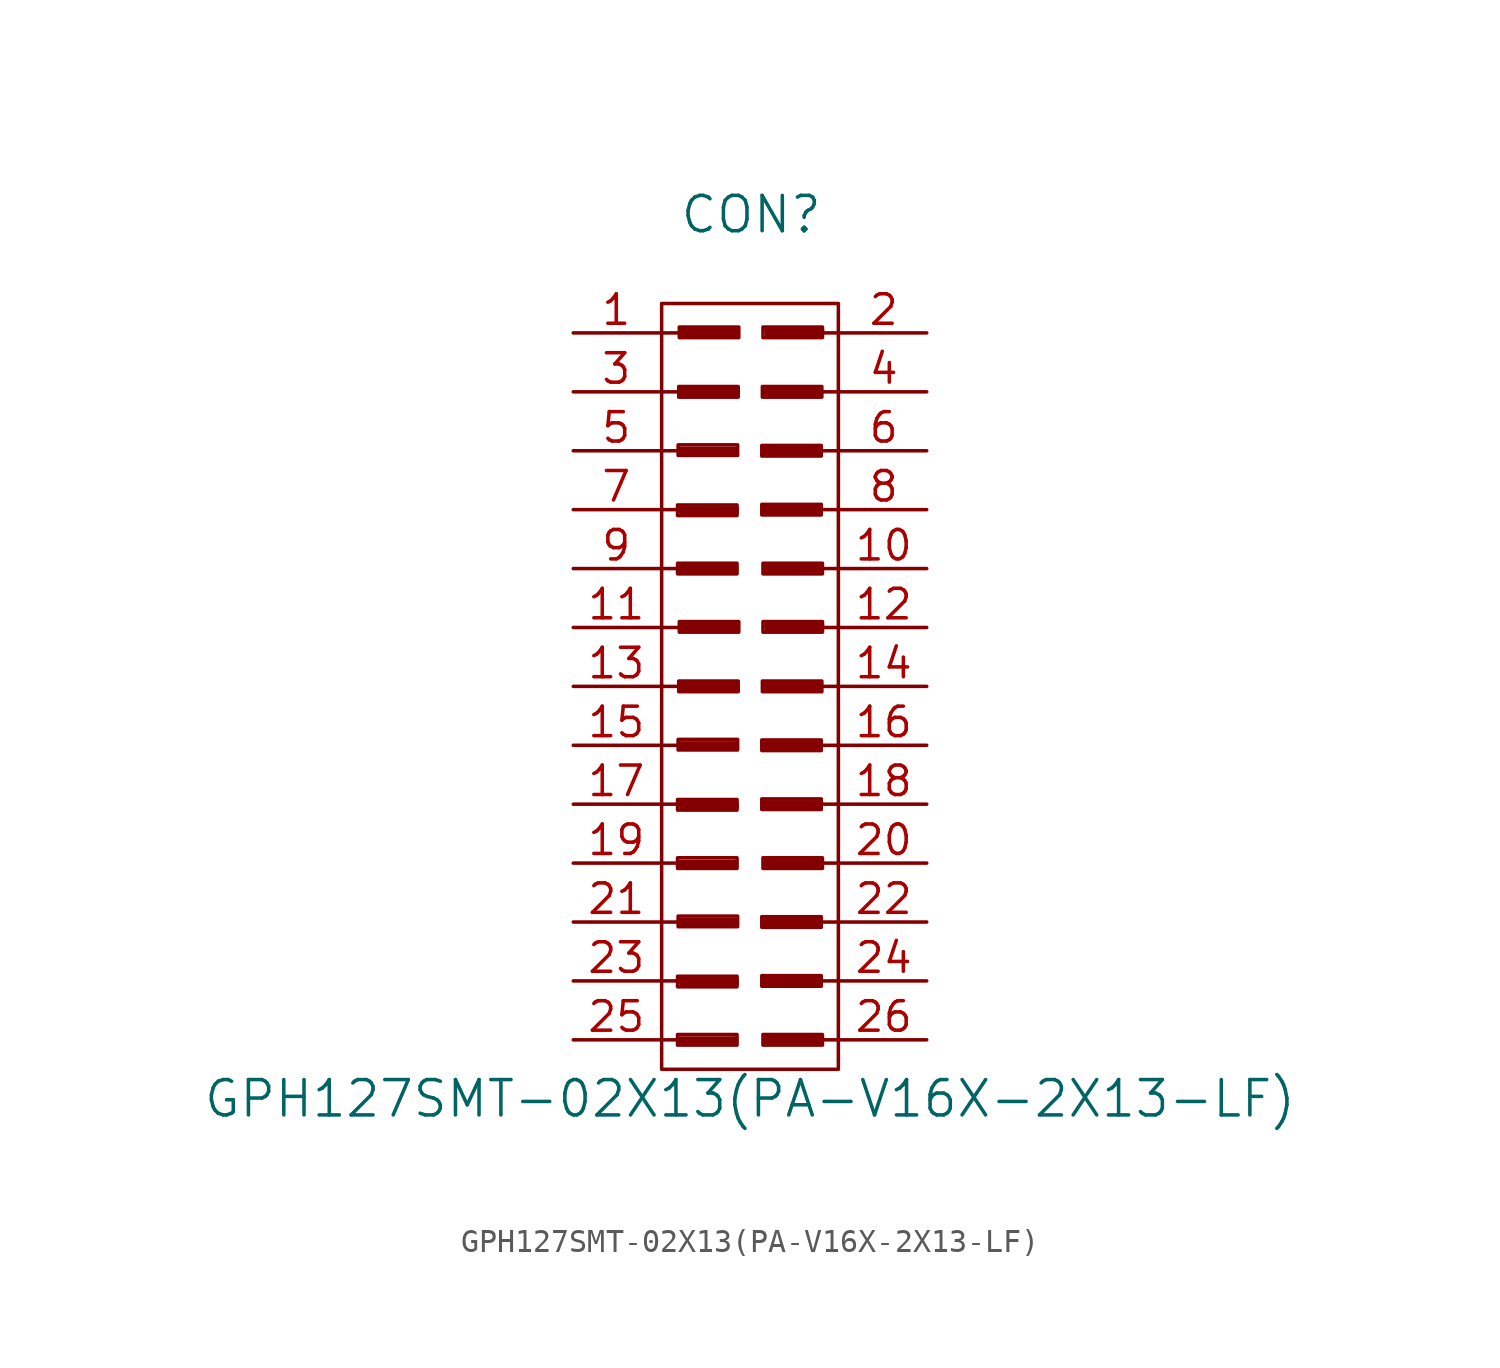
<source format=kicad_sym>
(kicad_symbol_lib
  (version 20220914)
  (generator kicad_symbol_editor)
  (symbol "GPH127SMT-02X13(PA-V16X-2X13-LF)"
    (pin_names
      (offset 1.016) hide)
    (property "Reference" "CON"
      (at 0.051 20.345 0)
      (effects (font (size 1.524 1.524))))
    (property "Value" "GPH127SMT-02X13(PA-V16X-2X13-LF)"
      (at 0 -17.78 0)
      (effects (font (size 1.524 1.524))))
    (property "Footprint" ""
      (at -0.203 8.966 0)
      (effects (font (size 1.524 1.524))))
    (property "Datasheet" ""
      (at -0.203 8.966 0)
      (effects (font (size 1.524 1.524))))
    (symbol "GPH127SMT-02X13(PA-V16X-2X13-LF)_0_0"
      (rectangle (start -3.124 -15.011) (end -0.559 -15.469) (stroke (width 0) (type solid)) (fill (type none)))
      (rectangle (start -3.124 -12.497) (end -0.559 -12.954) (stroke (width 0) (type solid)) (fill (type none)))
      (rectangle (start -3.124 -7.391) (end -0.559 -7.849) (stroke (width 0) (type solid)) (fill (type none)))
      (rectangle (start -3.124 -4.877) (end -0.559 -5.334) (stroke (width 0) (type solid)) (fill (type none)))
      (rectangle (start -3.124 5.309) (end -0.559 4.851) (stroke (width 0) (type solid)) (fill (type none)))
      (rectangle (start -3.124 7.823) (end -0.559 7.366) (stroke (width 0) (type solid)) (fill (type none)))
      (rectangle (start -3.099 -9.906) (end -0.533 -10.363) (stroke (width 0) (type solid)) (fill (type none)))
      (rectangle (start -3.099 -2.286) (end -0.533 -2.743) (stroke (width 0) (type solid)) (fill (type none)))
      (rectangle (start -3.099 10.414) (end -0.533 9.957) (stroke (width 0) (type solid)) (fill (type none)))
      (rectangle (start -3.073 0.229) (end -0.508 -0.229) (stroke (width 0) (type solid)) (fill (type none)))
      (rectangle (start -3.073 12.929) (end -0.508 12.471) (stroke (width 0) (type solid)) (fill (type none)))
      (rectangle (start -3.048 2.794) (end -0.483 2.337) (stroke (width 0) (type solid)) (fill (type none)))
      (rectangle (start -3.048 15.494) (end -0.483 15.037) (stroke (width 0) (type solid)) (fill (type none)))
      (polyline (pts (xy -3.023 -15.164) (xy -0.584 -15.164) (xy -0.584 -15.392) (xy -2.997 -15.418) (xy -3.023 -15.24) (xy -0.711 -15.24) (xy -0.711 -15.316) (xy -2.997 -15.265)) (stroke (width 0) (type solid)) (fill (type none)))
      (polyline (pts (xy -3.023 -10.058) (xy -0.584 -10.058) (xy -0.584 -10.287) (xy -2.997 -10.312) (xy -3.023 -10.135) (xy -0.711 -10.135) (xy -0.711 -10.211) (xy -2.997 -10.16)) (stroke (width 0) (type solid)) (fill (type none)))
      (polyline (pts (xy -3.023 -7.544) (xy -0.584 -7.544) (xy -0.584 -7.772) (xy -2.997 -7.798) (xy -3.023 -7.62) (xy -0.711 -7.62) (xy -0.711 -7.696) (xy -2.997 -7.645)) (stroke (width 0) (type solid)) (fill (type none)))
      (polyline (pts (xy -3.023 -2.438) (xy -0.584 -2.438) (xy -0.584 -2.667) (xy -2.997 -2.692) (xy -3.023 -2.515) (xy -0.711 -2.515) (xy -0.711 -2.591) (xy -2.997 -2.54)) (stroke (width 0) (type solid)) (fill (type none)))
      (polyline (pts (xy -3.023 5.156) (xy -0.584 5.156) (xy -0.584 4.928) (xy -2.997 4.902) (xy -3.023 5.08) (xy -0.711 5.08) (xy -0.711 5.004) (xy -2.997 5.055)) (stroke (width 0) (type solid)) (fill (type none)))
      (polyline (pts (xy -3.023 10.262) (xy -0.584 10.262) (xy -0.584 10.033) (xy -2.997 10.008) (xy -3.023 10.185) (xy -0.711 10.185) (xy -0.711 10.109) (xy -2.997 10.16)) (stroke (width 0) (type solid)) (fill (type none)))
      (polyline (pts (xy -2.997 -12.624) (xy -0.559 -12.624) (xy -0.559 -12.852) (xy -2.972 -12.878) (xy -2.997 -12.7) (xy -0.686 -12.7) (xy -0.686 -12.776) (xy -2.972 -12.725)) (stroke (width 0) (type solid)) (fill (type none)))
      (polyline (pts (xy -2.997 -5.004) (xy -0.559 -5.004) (xy -0.559 -5.232) (xy -2.972 -5.258) (xy -2.997 -5.08) (xy -0.686 -5.08) (xy -0.686 -5.156) (xy -2.972 -5.105)) (stroke (width 0) (type solid)) (fill (type none)))
      (polyline (pts (xy -2.997 7.696) (xy -0.559 7.696) (xy -0.559 7.468) (xy -2.972 7.442) (xy -2.997 7.62) (xy -0.686 7.62) (xy -0.686 7.544) (xy -2.972 7.595)) (stroke (width 0) (type solid)) (fill (type none)))
      (polyline (pts (xy -2.972 0.127) (xy -0.533 0.127) (xy -0.533 -0.102) (xy -2.946 -0.127) (xy -2.972 0.051) (xy -0.66 0.051) (xy -0.66 -0.025) (xy -2.946 0.025)) (stroke (width 0) (type solid)) (fill (type none)))
      (polyline (pts (xy -2.972 12.827) (xy -0.533 12.827) (xy -0.533 12.598) (xy -2.946 12.573) (xy -2.972 12.751) (xy -0.66 12.751) (xy -0.66 12.675) (xy -2.946 12.725)) (stroke (width 0) (type solid)) (fill (type none)))
      (polyline (pts (xy -2.946 2.692) (xy -0.508 2.692) (xy -0.508 2.464) (xy -2.921 2.438) (xy -2.946 2.616) (xy -0.635 2.616) (xy -0.635 2.54) (xy -2.921 2.591)) (stroke (width 0) (type solid)) (fill (type none)))
      (polyline (pts (xy -2.946 15.392) (xy -0.508 15.392) (xy -0.508 15.164) (xy -2.921 15.138) (xy -2.946 15.316) (xy -0.635 15.316) (xy -0.635 15.24) (xy -2.921 15.291)) (stroke (width 0) (type solid)) (fill (type none)))
      (polyline (pts (xy 0.559 -10.058) (xy 2.997 -10.058) (xy 2.997 -10.287) (xy 0.584 -10.312) (xy 0.559 -10.135) (xy 2.87 -10.135) (xy 2.87 -10.211) (xy 0.584 -10.16)) (stroke (width 0) (type solid)) (fill (type none)))
      (polyline (pts (xy 0.559 -2.438) (xy 2.997 -2.438) (xy 2.997 -2.667) (xy 0.584 -2.692) (xy 0.559 -2.515) (xy 2.87 -2.515) (xy 2.87 -2.591) (xy 0.584 -2.54)) (stroke (width 0) (type solid)) (fill (type none)))
      (polyline (pts (xy 0.559 10.262) (xy 2.997 10.262) (xy 2.997 10.033) (xy 0.584 10.008) (xy 0.559 10.185) (xy 2.87 10.185) (xy 2.87 10.109) (xy 0.584 10.16)) (stroke (width 0) (type solid)) (fill (type none)))
      (polyline (pts (xy 0.584 -12.598) (xy 3.023 -12.598) (xy 3.023 -12.827) (xy 0.61 -12.852) (xy 0.584 -12.675) (xy 2.896 -12.675) (xy 2.896 -12.751) (xy 0.61 -12.7)) (stroke (width 0) (type solid)) (fill (type none)))
      (polyline (pts (xy 0.584 -4.978) (xy 3.023 -4.978) (xy 3.023 -5.207) (xy 0.61 -5.232) (xy 0.584 -5.055) (xy 2.896 -5.055) (xy 2.896 -5.131) (xy 0.61 -5.08)) (stroke (width 0) (type solid)) (fill (type none)))
      (polyline (pts (xy 0.584 0.127) (xy 3.023 0.127) (xy 3.023 -0.102) (xy 0.61 -0.127) (xy 0.584 0.051) (xy 2.896 0.051) (xy 2.896 -0.025) (xy 0.61 0.025)) (stroke (width 0) (type solid)) (fill (type none)))
      (polyline (pts (xy 0.584 7.722) (xy 3.023 7.722) (xy 3.023 7.493) (xy 0.61 7.468) (xy 0.584 7.645) (xy 2.896 7.645) (xy 2.896 7.569) (xy 0.61 7.62)) (stroke (width 0) (type solid)) (fill (type none)))
      (polyline (pts (xy 0.584 12.827) (xy 3.023 12.827) (xy 3.023 12.598) (xy 0.61 12.573) (xy 0.584 12.751) (xy 2.896 12.751) (xy 2.896 12.675) (xy 0.61 12.725)) (stroke (width 0) (type solid)) (fill (type none)))
      (polyline (pts (xy 0.635 -15.113) (xy 3.073 -15.113) (xy 3.073 -15.342) (xy 0.66 -15.367) (xy 0.635 -15.189) (xy 2.946 -15.189) (xy 2.946 -15.265) (xy 0.66 -15.215)) (stroke (width 0) (type solid)) (fill (type none)))
      (polyline (pts (xy 0.635 -7.493) (xy 3.073 -7.493) (xy 3.073 -7.722) (xy 0.66 -7.747) (xy 0.635 -7.569) (xy 2.946 -7.569) (xy 2.946 -7.645) (xy 0.66 -7.595)) (stroke (width 0) (type solid)) (fill (type none)))
      (polyline (pts (xy 0.635 5.207) (xy 3.073 5.207) (xy 3.073 4.978) (xy 0.66 4.953) (xy 0.635 5.131) (xy 2.946 5.131) (xy 2.946 5.055) (xy 0.66 5.105)) (stroke (width 0) (type solid)) (fill (type none)))
      (polyline (pts (xy 0.686 2.692) (xy 3.124 2.692) (xy 3.124 2.464) (xy 0.711 2.438) (xy 0.686 2.616) (xy 2.997 2.616) (xy 2.997 2.54) (xy 0.711 2.591)) (stroke (width 0) (type solid)) (fill (type none)))
      (polyline (pts (xy 0.686 15.392) (xy 3.124 15.392) (xy 3.124 15.164) (xy 0.711 15.138) (xy 0.686 15.316) (xy 2.997 15.316) (xy 2.997 15.24) (xy 0.711 15.291)) (stroke (width 0) (type solid)) (fill (type none)))
      (rectangle (start 0.508 -12.471) (end 3.073 -12.929) (stroke (width 0) (type solid)) (fill (type none)))
      (rectangle (start 0.508 -9.931) (end 3.073 -10.389) (stroke (width 0) (type solid)) (fill (type none)))
      (rectangle (start 0.508 -4.851) (end 3.073 -5.309) (stroke (width 0) (type solid)) (fill (type none)))
      (rectangle (start 0.508 -2.311) (end 3.073 -2.769) (stroke (width 0) (type solid)) (fill (type none)))
      (rectangle (start 0.508 7.849) (end 3.073 7.391) (stroke (width 0) (type solid)) (fill (type none)))
      (rectangle (start 0.508 10.389) (end 3.073 9.931) (stroke (width 0) (type solid)) (fill (type none)))
      (rectangle (start 0.533 0.229) (end 3.099 -0.229) (stroke (width 0) (type solid)) (fill (type none)))
      (rectangle (start 0.533 12.929) (end 3.099 12.471) (stroke (width 0) (type solid)) (fill (type none)))
      (rectangle (start 0.559 -15.011) (end 3.124 -15.469) (stroke (width 0) (type solid)) (fill (type none)))
      (rectangle (start 0.559 -7.391) (end 3.124 -7.849) (stroke (width 0) (type solid)) (fill (type none)))
      (rectangle (start 0.559 2.794) (end 3.124 2.337) (stroke (width 0) (type solid)) (fill (type none)))
      (rectangle (start 0.559 5.309) (end 3.124 4.851) (stroke (width 0) (type solid)) (fill (type none)))
      (rectangle (start 0.559 15.494) (end 3.124 15.037) (stroke (width 0) (type solid)) (fill (type none))))
    (symbol "GPH127SMT-02X13(PA-V16X-2X13-LF)_0_1"
      (rectangle (start -3.81 16.51) (end 3.81 -16.51) (stroke (width 0) (type solid)) (fill (type none)))
      (polyline (pts (xy -3.81 -15.24) (xy -3.048 -15.24)) (stroke (width 0) (type solid)) (fill (type none)))
      (polyline (pts (xy -3.81 -12.7) (xy -3.048 -12.7)) (stroke (width 0) (type solid)) (fill (type none)))
      (polyline (pts (xy -3.81 -10.16) (xy -3.048 -10.16)) (stroke (width 0) (type solid)) (fill (type none)))
      (polyline (pts (xy -3.81 -7.62) (xy -3.048 -7.62)) (stroke (width 0) (type solid)) (fill (type none)))
      (polyline (pts (xy -3.81 -5.08) (xy -3.048 -5.08)) (stroke (width 0) (type solid)) (fill (type none)))
      (polyline (pts (xy -3.81 -2.54) (xy -3.048 -2.54)) (stroke (width 0) (type solid)) (fill (type none)))
      (polyline (pts (xy -3.81 0) (xy -3.048 0)) (stroke (width 0) (type solid)) (fill (type none)))
      (polyline (pts (xy -3.81 2.54) (xy -3.048 2.54)) (stroke (width 0) (type solid)) (fill (type none)))
      (polyline (pts (xy -3.81 5.08) (xy -3.048 5.08)) (stroke (width 0) (type solid)) (fill (type none)))
      (polyline (pts (xy -3.81 7.62) (xy -3.048 7.62)) (stroke (width 0) (type solid)) (fill (type none)))
      (polyline (pts (xy -3.81 10.16) (xy -3.048 10.16)) (stroke (width 0) (type solid)) (fill (type none)))
      (polyline (pts (xy -3.81 12.7) (xy -3.048 12.7)) (stroke (width 0) (type solid)) (fill (type none)))
      (polyline (pts (xy -3.81 15.24) (xy -3.048 15.24)) (stroke (width 0) (type solid)) (fill (type none)))
      (polyline (pts (xy 3.81 -15.24) (xy 3.048 -15.24)) (stroke (width 0) (type solid)) (fill (type none)))
      (polyline (pts (xy 3.81 -12.7) (xy 3.048 -12.7)) (stroke (width 0) (type solid)) (fill (type none)))
      (polyline (pts (xy 3.81 -10.16) (xy 3.048 -10.16)) (stroke (width 0) (type solid)) (fill (type none)))
      (polyline (pts (xy 3.81 -7.62) (xy 3.048 -7.62)) (stroke (width 0) (type solid)) (fill (type none)))
      (polyline (pts (xy 3.81 -5.08) (xy 3.048 -5.08)) (stroke (width 0) (type solid)) (fill (type none)))
      (polyline (pts (xy 3.81 -2.54) (xy 3.048 -2.54)) (stroke (width 0) (type solid)) (fill (type none)))
      (polyline (pts (xy 3.81 0) (xy 3.048 0)) (stroke (width 0) (type solid)) (fill (type none)))
      (polyline (pts (xy 3.81 2.54) (xy 3.048 2.54)) (stroke (width 0) (type solid)) (fill (type none)))
      (polyline (pts (xy 3.81 5.08) (xy 3.048 5.08)) (stroke (width 0) (type solid)) (fill (type none)))
      (polyline (pts (xy 3.81 7.62) (xy 3.048 7.62)) (stroke (width 0) (type solid)) (fill (type none)))
      (polyline (pts (xy 3.81 10.16) (xy 3.048 10.16)) (stroke (width 0) (type solid)) (fill (type none)))
      (polyline (pts (xy 3.81 12.7) (xy 3.048 12.7)) (stroke (width 0) (type solid)) (fill (type none)))
      (polyline (pts (xy 3.81 15.24) (xy 3.048 15.24)) (stroke (width 0) (type solid)) (fill (type none))))
    (symbol "GPH127SMT-02X13(PA-V16X-2X13-LF)_1_1"
      (pin passive line (at -7.62 15.24 0) (length 3.708) (name "1" (effects (font (size 1.27 1.27)))) (number "1" (effects (font (size 1.27 1.27)))))
      (pin passive line (at 7.62 5.08 180) (length 3.708) (name "10" (effects (font (size 1.27 1.27)))) (number "10" (effects (font (size 1.27 1.27)))))
      (pin passive line (at -7.62 2.54 0) (length 3.708) (name "11" (effects (font (size 1.27 1.27)))) (number "11" (effects (font (size 1.27 1.27)))))
      (pin passive line (at 7.62 2.54 180) (length 3.708) (name "12" (effects (font (size 1.27 1.27)))) (number "12" (effects (font (size 1.27 1.27)))))
      (pin passive line (at -7.62 0 0) (length 3.708) (name "13" (effects (font (size 1.27 1.27)))) (number "13" (effects (font (size 1.27 1.27)))))
      (pin passive line (at 7.62 0 180) (length 3.708) (name "14" (effects (font (size 1.27 1.27)))) (number "14" (effects (font (size 1.27 1.27)))))
      (pin passive line (at -7.62 -2.54 0) (length 3.708) (name "15" (effects (font (size 1.27 1.27)))) (number "15" (effects (font (size 1.27 1.27)))))
      (pin passive line (at 7.62 -2.54 180) (length 3.708) (name "16" (effects (font (size 1.27 1.27)))) (number "16" (effects (font (size 1.27 1.27)))))
      (pin passive line (at -7.62 -5.08 0) (length 3.708) (name "17" (effects (font (size 1.27 1.27)))) (number "17" (effects (font (size 1.27 1.27)))))
      (pin passive line (at 7.62 -5.08 180) (length 3.708) (name "18" (effects (font (size 1.27 1.27)))) (number "18" (effects (font (size 1.27 1.27)))))
      (pin passive line (at -7.62 -7.62 0) (length 3.708) (name "19" (effects (font (size 1.27 1.27)))) (number "19" (effects (font (size 1.27 1.27)))))
      (pin passive line (at 7.62 15.24 180) (length 3.708) (name "2" (effects (font (size 1.27 1.27)))) (number "2" (effects (font (size 1.27 1.27)))))
      (pin passive line (at 7.62 -7.62 180) (length 3.708) (name "20" (effects (font (size 1.27 1.27)))) (number "20" (effects (font (size 1.27 1.27)))))
      (pin passive line (at -7.62 -10.16 0) (length 3.708) (name "21" (effects (font (size 1.27 1.27)))) (number "21" (effects (font (size 1.27 1.27)))))
      (pin passive line (at 7.62 -10.16 180) (length 3.708) (name "22" (effects (font (size 1.27 1.27)))) (number "22" (effects (font (size 1.27 1.27)))))
      (pin passive line (at -7.62 -12.7 0) (length 3.708) (name "23" (effects (font (size 1.27 1.27)))) (number "23" (effects (font (size 1.27 1.27)))))
      (pin passive line (at 7.62 -12.7 180) (length 3.708) (name "24" (effects (font (size 1.27 1.27)))) (number "24" (effects (font (size 1.27 1.27)))))
      (pin passive line (at -7.62 -15.24 0) (length 3.708) (name "25" (effects (font (size 1.27 1.27)))) (number "25" (effects (font (size 1.27 1.27)))))
      (pin passive line (at 7.62 -15.24 180) (length 3.708) (name "26" (effects (font (size 1.27 1.27)))) (number "26" (effects (font (size 1.27 1.27)))))
      (pin passive line (at -7.62 12.7 0) (length 3.708) (name "3" (effects (font (size 1.27 1.27)))) (number "3" (effects (font (size 1.27 1.27)))))
      (pin passive line (at 7.62 12.7 180) (length 3.708) (name "4" (effects (font (size 1.27 1.27)))) (number "4" (effects (font (size 1.27 1.27)))))
      (pin passive line (at -7.62 10.16 0) (length 3.708) (name "5" (effects (font (size 1.27 1.27)))) (number "5" (effects (font (size 1.27 1.27)))))
      (pin passive line (at 7.62 10.16 180) (length 3.708) (name "6" (effects (font (size 1.27 1.27)))) (number "6" (effects (font (size 1.27 1.27)))))
      (pin passive line (at -7.62 7.62 0) (length 3.708) (name "7" (effects (font (size 1.27 1.27)))) (number "7" (effects (font (size 1.27 1.27)))))
      (pin passive line (at 7.62 7.62 180) (length 3.708) (name "8" (effects (font (size 1.27 1.27)))) (number "8" (effects (font (size 1.27 1.27)))))
      (pin passive line (at -7.62 5.08 0) (length 3.708) (name "9" (effects (font (size 1.27 1.27)))) (number "9" (effects (font (size 1.27 1.27))))))))
</source>
